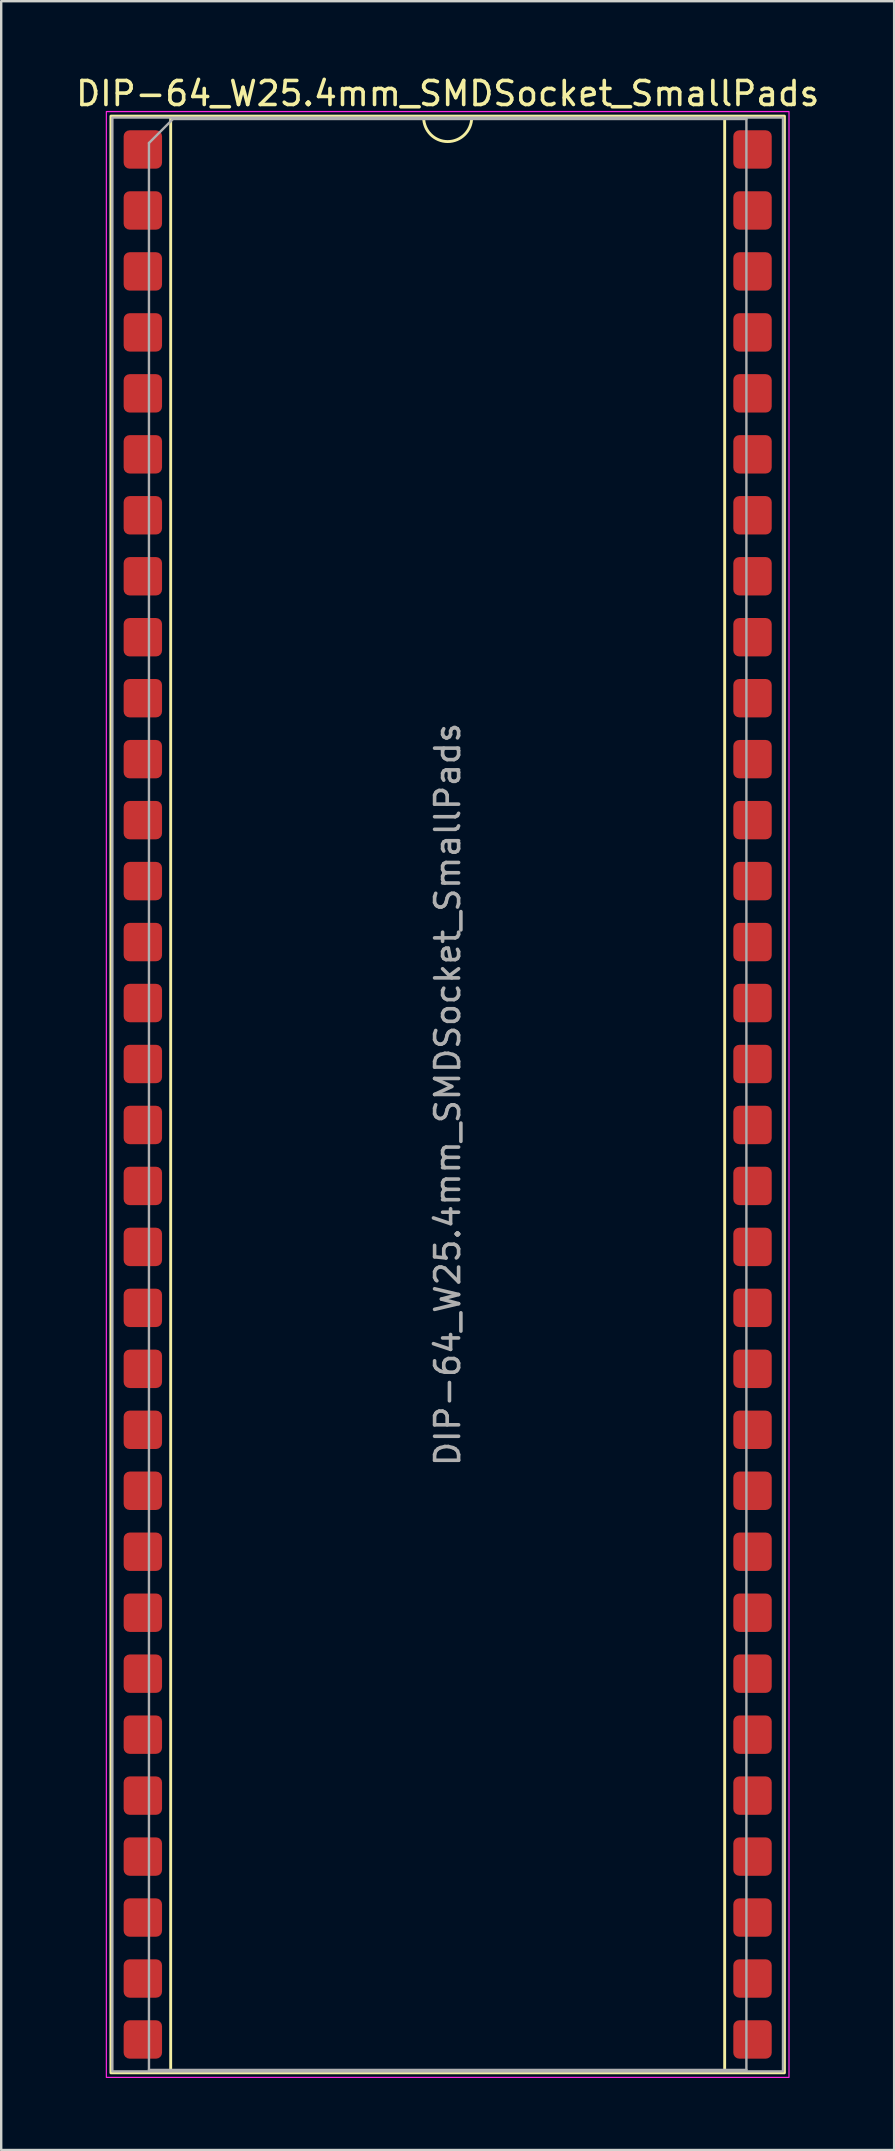
<source format=kicad_pcb>
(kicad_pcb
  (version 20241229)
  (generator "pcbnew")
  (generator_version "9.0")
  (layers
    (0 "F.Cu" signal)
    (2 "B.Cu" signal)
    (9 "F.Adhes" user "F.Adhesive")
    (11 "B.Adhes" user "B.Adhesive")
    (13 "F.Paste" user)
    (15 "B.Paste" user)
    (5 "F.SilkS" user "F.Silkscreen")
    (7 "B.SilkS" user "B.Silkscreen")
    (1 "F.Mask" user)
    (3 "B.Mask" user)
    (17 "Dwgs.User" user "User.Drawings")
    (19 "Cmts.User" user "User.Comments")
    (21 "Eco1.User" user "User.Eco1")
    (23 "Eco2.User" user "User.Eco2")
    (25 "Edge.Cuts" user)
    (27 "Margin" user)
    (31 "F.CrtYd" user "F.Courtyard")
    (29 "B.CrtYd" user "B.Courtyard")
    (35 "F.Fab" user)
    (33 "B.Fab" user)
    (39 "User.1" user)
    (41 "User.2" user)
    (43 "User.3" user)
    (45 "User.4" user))
  (footprint "DIP-64_W25.4mm_SMDSocket_SmallPads"
    (layer "F.Cu")
    (at 15.601 42.548)
    (property "Reference" "DIP-64_W25.4mm_SMDSocket_SmallPads" (at 0 -41.7 0) (layer "F.SilkS") (effects (font (size 1 1) (thickness 0.15))))
    (attr smd)
    (fp_line (start -11.54 -40.7) (end -11.54 40.7) (stroke (width 0.12) (type solid)) (layer "F.SilkS"))
    (fp_line (start -11.54 40.7) (end 11.54 40.7) (stroke (width 0.12) (type solid)) (layer "F.SilkS"))
    (fp_line (start -1 -40.7) (end -11.54 -40.7) (stroke (width 0.12) (type solid)) (layer "F.SilkS"))
    (fp_line (start 11.54 -40.7) (end 1 -40.7) (stroke (width 0.12) (type solid)) (layer "F.SilkS"))
    (fp_line (start 11.54 40.7) (end 11.54 -40.7) (stroke (width 0.12) (type solid)) (layer "F.SilkS"))
    (fp_rect (start -14.03 -40.76) (end 14.03 40.76) (stroke (width 0.12) (type solid)) (fill no) (layer "F.SilkS"))
    (fp_arc (start 1 -40.7) (mid 0 -39.7) (end -1 -40.7) (stroke (width 0.12) (type solid)) (layer "F.SilkS"))
    (fp_rect (start -14.22 -40.95) (end 14.22 40.95) (stroke (width 0.05) (type solid)) (fill no) (layer "F.CrtYd"))
    (fp_line (start -12.445 -39.64) (end -11.445 -40.64) (stroke (width 0.1) (type solid)) (layer "F.Fab"))
    (fp_line (start -12.445 40.64) (end -12.445 -39.64) (stroke (width 0.1) (type solid)) (layer "F.Fab"))
    (fp_line (start -11.445 -40.64) (end 12.445 -40.64) (stroke (width 0.1) (type solid)) (layer "F.Fab"))
    (fp_line (start 12.445 -40.64) (end 12.445 40.64) (stroke (width 0.1) (type solid)) (layer "F.Fab"))
    (fp_line (start 12.445 40.64) (end -12.445 40.64) (stroke (width 0.1) (type solid)) (layer "F.Fab"))
    (fp_rect (start -13.97 -40.7) (end 13.97 40.7) (stroke (width 0.1) (type solid)) (fill no) (layer "F.Fab"))
    (fp_text user "${REFERENCE}" (at 0 0 90) (layer "F.Fab") (effects (font (size 1 1) (thickness 0.15))))
    (pad "1" smd roundrect (at -12.7 -39.37) (size 1.6 1.6) (layers "F.Cu" "F.Mask" "F.Paste") (roundrect_rratio 0.156))
    (pad "2" smd roundrect (at -12.7 -36.83) (size 1.6 1.6) (layers "F.Cu" "F.Mask" "F.Paste") (roundrect_rratio 0.156))
    (pad "3" smd roundrect (at -12.7 -34.29) (size 1.6 1.6) (layers "F.Cu" "F.Mask" "F.Paste") (roundrect_rratio 0.156))
    (pad "4" smd roundrect (at -12.7 -31.75) (size 1.6 1.6) (layers "F.Cu" "F.Mask" "F.Paste") (roundrect_rratio 0.156))
    (pad "5" smd roundrect (at -12.7 -29.21) (size 1.6 1.6) (layers "F.Cu" "F.Mask" "F.Paste") (roundrect_rratio 0.156))
    (pad "6" smd roundrect (at -12.7 -26.67) (size 1.6 1.6) (layers "F.Cu" "F.Mask" "F.Paste") (roundrect_rratio 0.156))
    (pad "7" smd roundrect (at -12.7 -24.13) (size 1.6 1.6) (layers "F.Cu" "F.Mask" "F.Paste") (roundrect_rratio 0.156))
    (pad "8" smd roundrect (at -12.7 -21.59) (size 1.6 1.6) (layers "F.Cu" "F.Mask" "F.Paste") (roundrect_rratio 0.156))
    (pad "9" smd roundrect (at -12.7 -19.05) (size 1.6 1.6) (layers "F.Cu" "F.Mask" "F.Paste") (roundrect_rratio 0.156))
    (pad "10" smd roundrect (at -12.7 -16.51) (size 1.6 1.6) (layers "F.Cu" "F.Mask" "F.Paste") (roundrect_rratio 0.156))
    (pad "11" smd roundrect (at -12.7 -13.97) (size 1.6 1.6) (layers "F.Cu" "F.Mask" "F.Paste") (roundrect_rratio 0.156))
    (pad "12" smd roundrect (at -12.7 -11.43) (size 1.6 1.6) (layers "F.Cu" "F.Mask" "F.Paste") (roundrect_rratio 0.156))
    (pad "13" smd roundrect (at -12.7 -8.89) (size 1.6 1.6) (layers "F.Cu" "F.Mask" "F.Paste") (roundrect_rratio 0.156))
    (pad "14" smd roundrect (at -12.7 -6.35) (size 1.6 1.6) (layers "F.Cu" "F.Mask" "F.Paste") (roundrect_rratio 0.156))
    (pad "15" smd roundrect (at -12.7 -3.81) (size 1.6 1.6) (layers "F.Cu" "F.Mask" "F.Paste") (roundrect_rratio 0.156))
    (pad "16" smd roundrect (at -12.7 -1.27) (size 1.6 1.6) (layers "F.Cu" "F.Mask" "F.Paste") (roundrect_rratio 0.156))
    (pad "17" smd roundrect (at -12.7 1.27) (size 1.6 1.6) (layers "F.Cu" "F.Mask" "F.Paste") (roundrect_rratio 0.156))
    (pad "18" smd roundrect (at -12.7 3.81) (size 1.6 1.6) (layers "F.Cu" "F.Mask" "F.Paste") (roundrect_rratio 0.156))
    (pad "19" smd roundrect (at -12.7 6.35) (size 1.6 1.6) (layers "F.Cu" "F.Mask" "F.Paste") (roundrect_rratio 0.156))
    (pad "20" smd roundrect (at -12.7 8.89) (size 1.6 1.6) (layers "F.Cu" "F.Mask" "F.Paste") (roundrect_rratio 0.156))
    (pad "21" smd roundrect (at -12.7 11.43) (size 1.6 1.6) (layers "F.Cu" "F.Mask" "F.Paste") (roundrect_rratio 0.156))
    (pad "22" smd roundrect (at -12.7 13.97) (size 1.6 1.6) (layers "F.Cu" "F.Mask" "F.Paste") (roundrect_rratio 0.156))
    (pad "23" smd roundrect (at -12.7 16.51) (size 1.6 1.6) (layers "F.Cu" "F.Mask" "F.Paste") (roundrect_rratio 0.156))
    (pad "24" smd roundrect (at -12.7 19.05) (size 1.6 1.6) (layers "F.Cu" "F.Mask" "F.Paste") (roundrect_rratio 0.156))
    (pad "25" smd roundrect (at -12.7 21.59) (size 1.6 1.6) (layers "F.Cu" "F.Mask" "F.Paste") (roundrect_rratio 0.156))
    (pad "26" smd roundrect (at -12.7 24.13) (size 1.6 1.6) (layers "F.Cu" "F.Mask" "F.Paste") (roundrect_rratio 0.156))
    (pad "27" smd roundrect (at -12.7 26.67) (size 1.6 1.6) (layers "F.Cu" "F.Mask" "F.Paste") (roundrect_rratio 0.156))
    (pad "28" smd roundrect (at -12.7 29.21) (size 1.6 1.6) (layers "F.Cu" "F.Mask" "F.Paste") (roundrect_rratio 0.156))
    (pad "29" smd roundrect (at -12.7 31.75) (size 1.6 1.6) (layers "F.Cu" "F.Mask" "F.Paste") (roundrect_rratio 0.156))
    (pad "30" smd roundrect (at -12.7 34.29) (size 1.6 1.6) (layers "F.Cu" "F.Mask" "F.Paste") (roundrect_rratio 0.156))
    (pad "31" smd roundrect (at -12.7 36.83) (size 1.6 1.6) (layers "F.Cu" "F.Mask" "F.Paste") (roundrect_rratio 0.156))
    (pad "32" smd roundrect (at -12.7 39.37) (size 1.6 1.6) (layers "F.Cu" "F.Mask" "F.Paste") (roundrect_rratio 0.156))
    (pad "33" smd roundrect (at 12.7 39.37) (size 1.6 1.6) (layers "F.Cu" "F.Mask" "F.Paste") (roundrect_rratio 0.156))
    (pad "34" smd roundrect (at 12.7 36.83) (size 1.6 1.6) (layers "F.Cu" "F.Mask" "F.Paste") (roundrect_rratio 0.156))
    (pad "35" smd roundrect (at 12.7 34.29) (size 1.6 1.6) (layers "F.Cu" "F.Mask" "F.Paste") (roundrect_rratio 0.156))
    (pad "36" smd roundrect (at 12.7 31.75) (size 1.6 1.6) (layers "F.Cu" "F.Mask" "F.Paste") (roundrect_rratio 0.156))
    (pad "37" smd roundrect (at 12.7 29.21) (size 1.6 1.6) (layers "F.Cu" "F.Mask" "F.Paste") (roundrect_rratio 0.156))
    (pad "38" smd roundrect (at 12.7 26.67) (size 1.6 1.6) (layers "F.Cu" "F.Mask" "F.Paste") (roundrect_rratio 0.156))
    (pad "39" smd roundrect (at 12.7 24.13) (size 1.6 1.6) (layers "F.Cu" "F.Mask" "F.Paste") (roundrect_rratio 0.156))
    (pad "40" smd roundrect (at 12.7 21.59) (size 1.6 1.6) (layers "F.Cu" "F.Mask" "F.Paste") (roundrect_rratio 0.156))
    (pad "41" smd roundrect (at 12.7 19.05) (size 1.6 1.6) (layers "F.Cu" "F.Mask" "F.Paste") (roundrect_rratio 0.156))
    (pad "42" smd roundrect (at 12.7 16.51) (size 1.6 1.6) (layers "F.Cu" "F.Mask" "F.Paste") (roundrect_rratio 0.156))
    (pad "43" smd roundrect (at 12.7 13.97) (size 1.6 1.6) (layers "F.Cu" "F.Mask" "F.Paste") (roundrect_rratio 0.156))
    (pad "44" smd roundrect (at 12.7 11.43) (size 1.6 1.6) (layers "F.Cu" "F.Mask" "F.Paste") (roundrect_rratio 0.156))
    (pad "45" smd roundrect (at 12.7 8.89) (size 1.6 1.6) (layers "F.Cu" "F.Mask" "F.Paste") (roundrect_rratio 0.156))
    (pad "46" smd roundrect (at 12.7 6.35) (size 1.6 1.6) (layers "F.Cu" "F.Mask" "F.Paste") (roundrect_rratio 0.156))
    (pad "47" smd roundrect (at 12.7 3.81) (size 1.6 1.6) (layers "F.Cu" "F.Mask" "F.Paste") (roundrect_rratio 0.156))
    (pad "48" smd roundrect (at 12.7 1.27) (size 1.6 1.6) (layers "F.Cu" "F.Mask" "F.Paste") (roundrect_rratio 0.156))
    (pad "49" smd roundrect (at 12.7 -1.27) (size 1.6 1.6) (layers "F.Cu" "F.Mask" "F.Paste") (roundrect_rratio 0.156))
    (pad "50" smd roundrect (at 12.7 -3.81) (size 1.6 1.6) (layers "F.Cu" "F.Mask" "F.Paste") (roundrect_rratio 0.156))
    (pad "51" smd roundrect (at 12.7 -6.35) (size 1.6 1.6) (layers "F.Cu" "F.Mask" "F.Paste") (roundrect_rratio 0.156))
    (pad "52" smd roundrect (at 12.7 -8.89) (size 1.6 1.6) (layers "F.Cu" "F.Mask" "F.Paste") (roundrect_rratio 0.156))
    (pad "53" smd roundrect (at 12.7 -11.43) (size 1.6 1.6) (layers "F.Cu" "F.Mask" "F.Paste") (roundrect_rratio 0.156))
    (pad "54" smd roundrect (at 12.7 -13.97) (size 1.6 1.6) (layers "F.Cu" "F.Mask" "F.Paste") (roundrect_rratio 0.156))
    (pad "55" smd roundrect (at 12.7 -16.51) (size 1.6 1.6) (layers "F.Cu" "F.Mask" "F.Paste") (roundrect_rratio 0.156))
    (pad "56" smd roundrect (at 12.7 -19.05) (size 1.6 1.6) (layers "F.Cu" "F.Mask" "F.Paste") (roundrect_rratio 0.156))
    (pad "57" smd roundrect (at 12.7 -21.59) (size 1.6 1.6) (layers "F.Cu" "F.Mask" "F.Paste") (roundrect_rratio 0.156))
    (pad "58" smd roundrect (at 12.7 -24.13) (size 1.6 1.6) (layers "F.Cu" "F.Mask" "F.Paste") (roundrect_rratio 0.156))
    (pad "59" smd roundrect (at 12.7 -26.67) (size 1.6 1.6) (layers "F.Cu" "F.Mask" "F.Paste") (roundrect_rratio 0.156))
    (pad "60" smd roundrect (at 12.7 -29.21) (size 1.6 1.6) (layers "F.Cu" "F.Mask" "F.Paste") (roundrect_rratio 0.156))
    (pad "61" smd roundrect (at 12.7 -31.75) (size 1.6 1.6) (layers "F.Cu" "F.Mask" "F.Paste") (roundrect_rratio 0.156))
    (pad "62" smd roundrect (at 12.7 -34.29) (size 1.6 1.6) (layers "F.Cu" "F.Mask" "F.Paste") (roundrect_rratio 0.156))
    (pad "63" smd roundrect (at 12.7 -36.83) (size 1.6 1.6) (layers "F.Cu" "F.Mask" "F.Paste") (roundrect_rratio 0.156))
    (pad "64" smd roundrect (at 12.7 -39.37) (size 1.6 1.6) (layers "F.Cu" "F.Mask" "F.Paste") (roundrect_rratio 0.156)))
  (gr_rect
    (start -3 -3)
    (end 34.202 86.523)
    (stroke (width 0.1) (type default))
    (fill no)
    (layer "Edge.Cuts")))
</source>
